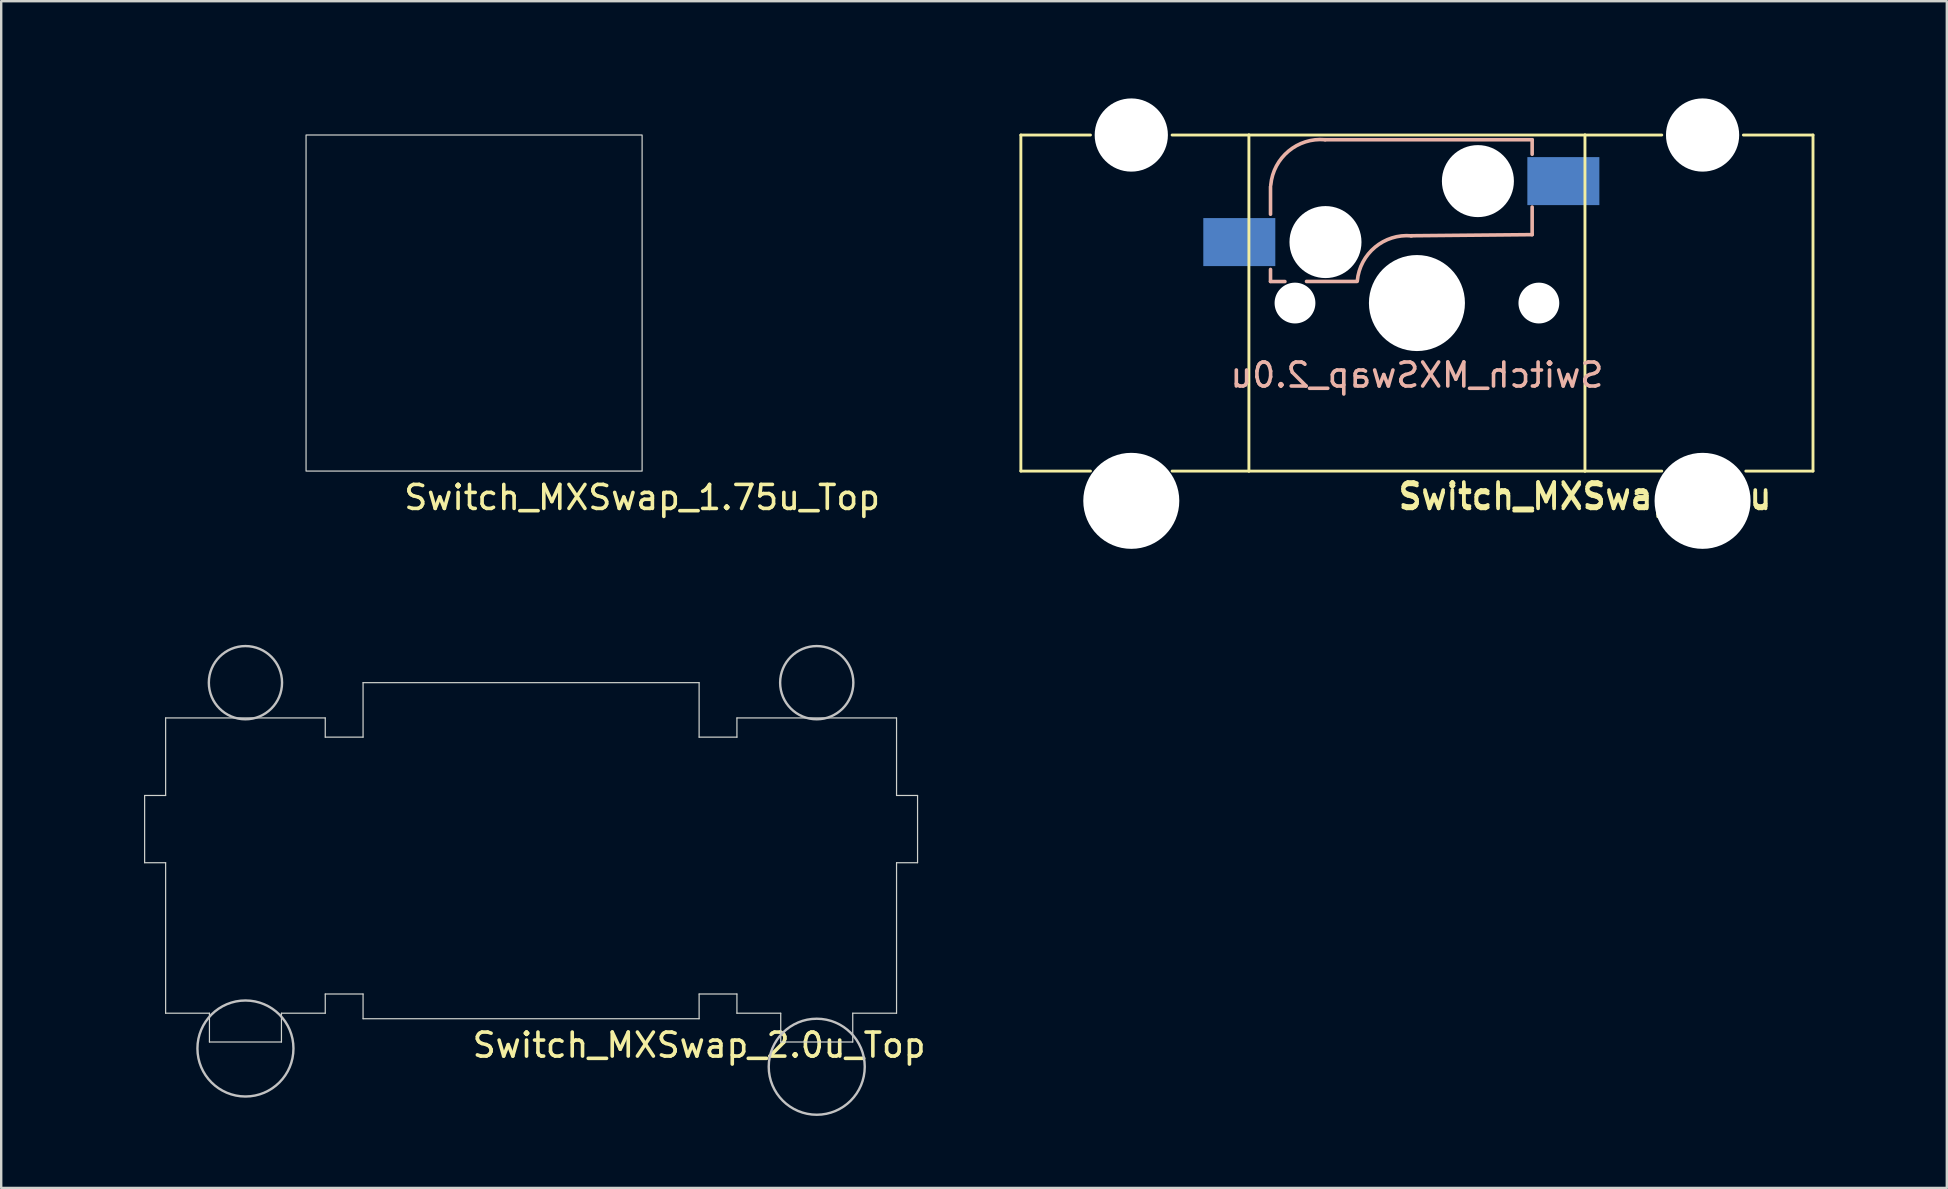
<source format=kicad_pcb>
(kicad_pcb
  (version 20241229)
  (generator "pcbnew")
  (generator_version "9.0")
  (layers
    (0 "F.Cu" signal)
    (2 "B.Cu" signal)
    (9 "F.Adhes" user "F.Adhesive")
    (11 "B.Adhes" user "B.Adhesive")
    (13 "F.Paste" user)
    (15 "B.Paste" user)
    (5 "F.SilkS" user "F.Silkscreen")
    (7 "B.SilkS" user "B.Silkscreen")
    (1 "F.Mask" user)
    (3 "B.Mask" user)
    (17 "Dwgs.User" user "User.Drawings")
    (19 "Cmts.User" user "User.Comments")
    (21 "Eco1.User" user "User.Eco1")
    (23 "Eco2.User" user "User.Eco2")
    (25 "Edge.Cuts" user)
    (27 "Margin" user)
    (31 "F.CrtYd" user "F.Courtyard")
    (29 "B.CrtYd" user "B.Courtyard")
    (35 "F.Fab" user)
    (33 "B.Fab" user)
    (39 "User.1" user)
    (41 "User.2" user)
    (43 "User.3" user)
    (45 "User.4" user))
  (footprint "Switch_MXSwap_2.0u"
    (layer "F.Cu")
    (at 55.979 9.575)
    (property "Reference" "Switch_MXSwap_2.0u" (at 7 8.1 0) (layer "F.SilkS") (effects (font (size 1 1) (thickness 0.15))))
    (attr through_hole)
    (fp_line (start -16.5 7) (end -16.5 -7) (stroke (width 0.12) (type solid)) (layer "F.SilkS"))
    (fp_line (start -16.5 7) (end -13.6 7) (stroke (width 0.12) (type solid)) (layer "F.SilkS"))
    (fp_line (start -13.6 -7) (end -16.5 -7) (stroke (width 0.12) (type solid)) (layer "F.SilkS"))
    (fp_line (start -10.2 7) (end -7 7) (stroke (width 0.12) (type solid)) (layer "F.SilkS"))
    (fp_line (start -7 -7) (end -10.2 -7) (stroke (width 0.12) (type solid)) (layer "F.SilkS"))
    (fp_line (start -7 -7) (end 7 -7) (stroke (width 0.12) (type solid)) (layer "F.SilkS"))
    (fp_line (start -7 7) (end -7 -7) (stroke (width 0.12) (type solid)) (layer "F.SilkS"))
    (fp_line (start -7 7) (end 7 7) (stroke (width 0.12) (type solid)) (layer "F.SilkS"))
    (fp_line (start 7 -7) (end 7 7) (stroke (width 0.12) (type solid)) (layer "F.SilkS"))
    (fp_line (start 7 -7) (end 10.2 -7) (stroke (width 0.12) (type solid)) (layer "F.SilkS"))
    (fp_line (start 10.2 7) (end 7 7) (stroke (width 0.12) (type solid)) (layer "F.SilkS"))
    (fp_line (start 13.6 -7) (end 16.5 -7) (stroke (width 0.12) (type solid)) (layer "F.SilkS"))
    (fp_line (start 16.5 7) (end 13.7 7) (stroke (width 0.12) (type solid)) (layer "F.SilkS"))
    (fp_line (start 16.5 7) (end 16.5 -7) (stroke (width 0.12) (type solid)) (layer "F.SilkS"))
    (fp_line (start -6.1 -4.85) (end -6.1 -3.7) (stroke (width 0.15) (type solid)) (layer "B.SilkS"))
    (fp_line (start -6.1 -1.4) (end -6.1 -0.905) (stroke (width 0.15) (type solid)) (layer "B.SilkS"))
    (fp_line (start -6.1 -0.896) (end -5.5 -0.896) (stroke (width 0.15) (type solid)) (layer "B.SilkS"))
    (fp_line (start -2.5 -0.9) (end -4.6 -0.9) (stroke (width 0.15) (type solid)) (layer "B.SilkS"))
    (fp_line (start 4.8 -6.804) (end -3.825 -6.804) (stroke (width 0.15) (type solid)) (layer "B.SilkS"))
    (fp_line (start 4.8 -6.2) (end 4.8 -6.804) (stroke (width 0.15) (type solid)) (layer "B.SilkS"))
    (fp_line (start 4.8 -2.85) (end -0.25 -2.804) (stroke (width 0.15) (type solid)) (layer "B.SilkS"))
    (fp_line (start 4.8 -2.85) (end 4.8 -4) (stroke (width 0.15) (type solid)) (layer "B.SilkS"))
    (fp_arc (start -6.089 -4.92) (mid -5.347189 -6.33089) (end -3.825 -6.804) (stroke (width 0.15) (type solid)) (layer "B.SilkS"))
    (fp_arc (start -2.485 -0.92) (mid -1.744361 -2.328061) (end -0.225 -2.8) (stroke (width 0.15) (type solid)) (layer "B.SilkS"))
    (fp_line (start -19 -9.5) (end 19 -9.5) (stroke (width 0.15) (type solid)) (layer "Eco2.User"))
    (fp_line (start -19 9.5) (end -19 -9.5) (stroke (width 0.15) (type solid)) (layer "Eco2.User"))
    (fp_line (start 19 -9.5) (end 19 9.5) (stroke (width 0.15) (type solid)) (layer "Eco2.User"))
    (fp_line (start 19 9.5) (end -19 9.5) (stroke (width 0.15) (type solid)) (layer "Eco2.User"))
    (fp_text user "${REFERENCE}" (at 7 8 0) (layer "F.SilkS") (effects (font (size 1 1) (thickness 0.15))))
    (fp_text user "${REFERENCE}" (at 0 3 0) (layer "B.SilkS") (effects (font (size 1 1) (thickness 0.15)) (justify mirror)))
    (pad "" np_thru_hole circle (at -11.9 -7) (size 3.05 3.05) (drill 3.05) (layers "*.Cu" "*.Mask"))
    (pad "" np_thru_hole circle (at -11.9 8.24) (size 4 4) (drill 4) (layers "*.Cu" "*.Mask"))
    (pad "" np_thru_hole circle (at -5.08 0) (size 1.7 1.7) (drill 1.7) (layers "*.Cu" "*.Mask"))
    (pad "" np_thru_hole circle (at -3.81 -2.54 180) (size 3 3) (drill 3) (layers "*.Cu" "*.Mask"))
    (pad "" np_thru_hole circle (at 0 0 90) (size 4 4) (drill 4) (layers "*.Cu" "*.Mask"))
    (pad "" np_thru_hole circle (at 2.54 -5.08 180) (size 3 3) (drill 3) (layers "*.Cu" "*.Mask"))
    (pad "" np_thru_hole circle (at 5.08 0) (size 1.7 1.7) (drill 1.7) (layers "*.Cu" "*.Mask"))
    (pad "" np_thru_hole circle (at 11.9 -7) (size 3.05 3.05) (drill 3.05) (layers "*.Cu" "*.Mask"))
    (pad "" np_thru_hole circle (at 11.9 8.24) (size 4 4) (drill 4) (layers "*.Cu" "*.Mask"))
    (pad "1" smd rect (at -7.4 -2.54 180) (size 3 2) (layers "B.Cu" "B.Mask" "B.Paste"))
    (pad "2" smd rect (at 6.1 -5.08 180) (size 3 2) (layers "B.Cu" "B.Mask" "B.Paste")))
  (footprint "Switch_MXSwap_1.75u_Top"
    (layer "F.Cu")
    (at 16.7 9.575)
    (property "Reference" "Switch_MXSwap_1.75u_Top" (at 7 8.1 0) (layer "F.SilkS") (effects (font (size 1 1) (thickness 0.15))))
    (attr through_hole)
    (fp_line (start -16.625 -9.5) (end 16.625 -9.5) (stroke (width 0.15) (type solid)) (layer "Eco2.User"))
    (fp_line (start -16.625 9.5) (end -16.625 -9.5) (stroke (width 0.15) (type solid)) (layer "Eco2.User"))
    (fp_line (start 16.625 -9.5) (end 16.625 9.5) (stroke (width 0.15) (type solid)) (layer "Eco2.User"))
    (fp_line (start 16.625 9.5) (end -16.625 9.5) (stroke (width 0.15) (type solid)) (layer "Eco2.User"))
    (fp_rect (start -7 -7) (end 7 7) (stroke (width 0.05) (type default)) (fill no) (layer "Edge.Cuts"))
    (fp_text user "${REFERENCE}" (at 7.174 7.997 0) (layer "Eco2.User") (effects (font (size 1 1) (thickness 0.15)))))
  (footprint "Switch_MXSwap_2.0u_Top"
    (layer "F.Cu")
    (at 19.075 32.39)
    (property "Reference" "Switch_MXSwap_2.0u_Top" (at 7 8.1 0) (layer "F.SilkS") (effects (font (size 1 1) (thickness 0.15))))
    (attr through_hole)
    (fp_circle (center -11.9 -7) (end -11.9 -5.475) (stroke (width 0.1) (type solid)) (fill no) (layer "Dwgs.User"))
    (fp_circle (center -11.9 8.24) (end -11.9 10.24) (stroke (width 0.1) (type solid)) (fill no) (layer "Dwgs.User"))
    (fp_circle (center 11.9 -7) (end 11.9 -5.475) (stroke (width 0.1) (type solid)) (fill no) (layer "Dwgs.User"))
    (fp_circle (center 11.9 9) (end 11.9 11) (stroke (width 0.1) (type solid)) (fill no) (layer "Dwgs.User"))
    (fp_line (start -19 -9.5) (end 19 -9.5) (stroke (width 0.15) (type solid)) (layer "Eco2.User"))
    (fp_line (start -19 9.5) (end -19 -9.5) (stroke (width 0.15) (type solid)) (layer "Eco2.User"))
    (fp_line (start 19 -9.5) (end 19 9.5) (stroke (width 0.15) (type solid)) (layer "Eco2.User"))
    (fp_line (start 19 9.5) (end -19 9.5) (stroke (width 0.15) (type solid)) (layer "Eco2.User"))
    (fp_line (start -16.1 -2.3) (end -16.1 0.5) (stroke (width 0.05) (type solid)) (layer "Edge.Cuts"))
    (fp_line (start -16.1 0.5) (end -15.225 0.5) (stroke (width 0.05) (type solid)) (layer "Edge.Cuts"))
    (fp_line (start -15.225 -5.53) (end -15.225 -2.3) (stroke (width 0.05) (type solid)) (layer "Edge.Cuts"))
    (fp_line (start -15.225 -5.53) (end -8.575 -5.53) (stroke (width 0.05) (type solid)) (layer "Edge.Cuts"))
    (fp_line (start -15.225 -2.3) (end -16.1 -2.3) (stroke (width 0.05) (type solid)) (layer "Edge.Cuts"))
    (fp_line (start -15.225 0.5) (end -15.225 6.77) (stroke (width 0.05) (type solid)) (layer "Edge.Cuts"))
    (fp_line (start -15.225 6.77) (end -13.4 6.77) (stroke (width 0.05) (type solid)) (layer "Edge.Cuts"))
    (fp_line (start -13.4 6.77) (end -13.4 7.97) (stroke (width 0.05) (type solid)) (layer "Edge.Cuts"))
    (fp_line (start -13.4 7.97) (end -10.4 7.97) (stroke (width 0.05) (type solid)) (layer "Edge.Cuts"))
    (fp_line (start -10.4 6.77) (end -8.575 6.77) (stroke (width 0.05) (type solid)) (layer "Edge.Cuts"))
    (fp_line (start -10.4 7.97) (end -10.4 6.77) (stroke (width 0.05) (type solid)) (layer "Edge.Cuts"))
    (fp_line (start -8.575 -4.73) (end -8.575 -5.53) (stroke (width 0.05) (type solid)) (layer "Edge.Cuts"))
    (fp_line (start -8.575 -4.73) (end -7 -4.73) (stroke (width 0.05) (type solid)) (layer "Edge.Cuts"))
    (fp_line (start -8.575 5.97) (end -7 5.97) (stroke (width 0.05) (type solid)) (layer "Edge.Cuts"))
    (fp_line (start -8.575 6.77) (end -8.575 5.97) (stroke (width 0.05) (type solid)) (layer "Edge.Cuts"))
    (fp_line (start -7 -7) (end 7 -7) (stroke (width 0.05) (type solid)) (layer "Edge.Cuts"))
    (fp_line (start -7 -4.73) (end -7 -7) (stroke (width 0.05) (type solid)) (layer "Edge.Cuts"))
    (fp_line (start -7 5.97) (end -7 7) (stroke (width 0.05) (type solid)) (layer "Edge.Cuts"))
    (fp_line (start 7 -4.73) (end 7 -7) (stroke (width 0.05) (type solid)) (layer "Edge.Cuts"))
    (fp_line (start 7 5.97) (end 7 7) (stroke (width 0.05) (type solid)) (layer "Edge.Cuts"))
    (fp_line (start 7 7) (end -7 7) (stroke (width 0.05) (type solid)) (layer "Edge.Cuts"))
    (fp_line (start 8.575 -4.73) (end 7 -4.73) (stroke (width 0.05) (type solid)) (layer "Edge.Cuts"))
    (fp_line (start 8.575 -4.73) (end 8.575 -5.53) (stroke (width 0.05) (type solid)) (layer "Edge.Cuts"))
    (fp_line (start 8.575 5.97) (end 7 5.97) (stroke (width 0.05) (type solid)) (layer "Edge.Cuts"))
    (fp_line (start 8.575 6.77) (end 8.575 5.97) (stroke (width 0.05) (type solid)) (layer "Edge.Cuts"))
    (fp_line (start 10.4 6.77) (end 8.575 6.77) (stroke (width 0.05) (type solid)) (layer "Edge.Cuts"))
    (fp_line (start 10.4 7.97) (end 10.4 6.77) (stroke (width 0.05) (type solid)) (layer "Edge.Cuts"))
    (fp_line (start 13.4 6.77) (end 13.4 7.97) (stroke (width 0.05) (type solid)) (layer "Edge.Cuts"))
    (fp_line (start 13.4 7.97) (end 10.4 7.97) (stroke (width 0.05) (type solid)) (layer "Edge.Cuts"))
    (fp_line (start 15.225 -5.53) (end 8.575 -5.53) (stroke (width 0.05) (type solid)) (layer "Edge.Cuts"))
    (fp_line (start 15.225 -5.53) (end 15.225 -2.3) (stroke (width 0.05) (type solid)) (layer "Edge.Cuts"))
    (fp_line (start 15.225 -2.3) (end 16.1 -2.3) (stroke (width 0.05) (type solid)) (layer "Edge.Cuts"))
    (fp_line (start 15.225 0.5) (end 15.225 6.77) (stroke (width 0.05) (type solid)) (layer "Edge.Cuts"))
    (fp_line (start 15.225 6.77) (end 13.4 6.77) (stroke (width 0.05) (type solid)) (layer "Edge.Cuts"))
    (fp_line (start 16.1 -2.3) (end 16.1 0.5) (stroke (width 0.05) (type solid)) (layer "Edge.Cuts"))
    (fp_line (start 16.1 0.5) (end 15.225 0.5) (stroke (width 0.05) (type solid)) (layer "Edge.Cuts")))
  (gr_rect
    (start -3 -3)
    (end 78.054 46.44)
    (stroke (width 0.1) (type default))
    (fill no)
    (layer "Edge.Cuts")))
</source>
